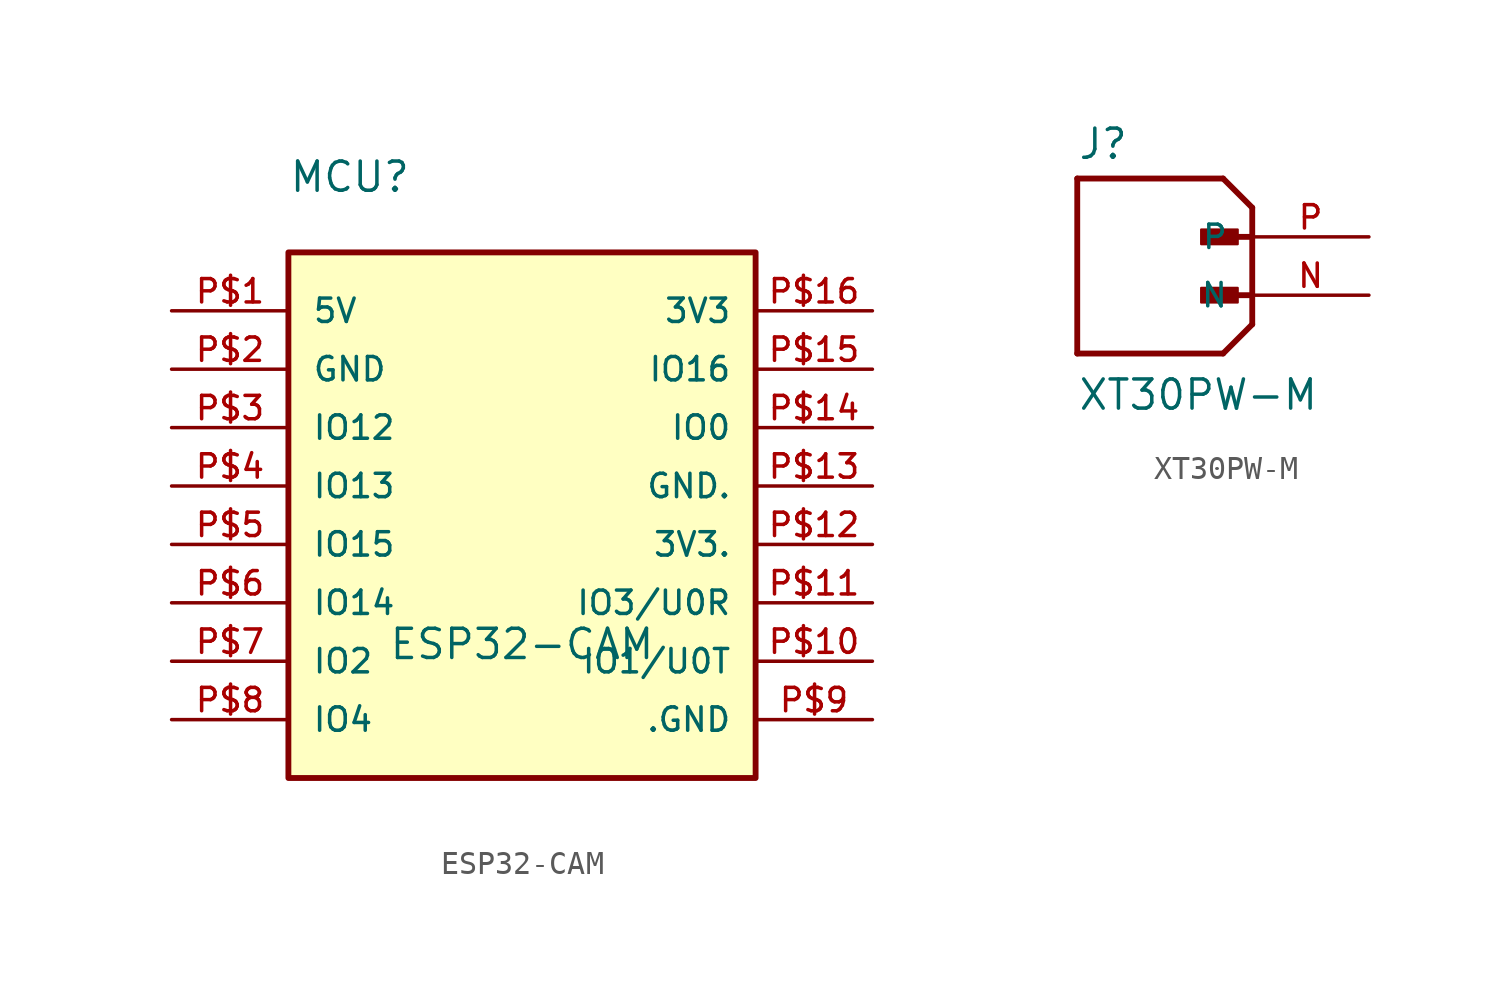
<source format=kicad_sym>
(kicad_symbol_lib
  (version 20241209)
  (generator "kicad_symbol_editor")
  (generator_version "9.0")
  (symbol "ESP32-CAM"
    (pin_names
      (offset 1.016))
    (property "Reference" "MCU"
      (at -10.16 20.32 0)
      (effects (font (size 1.27 1.27)) (justify left bottom)))
    (property "Value" "ESP32-CAM"
      (at 0 0 0)
      (effects (font (size 1.27 1.27)) (justify bottom)))
    (symbol "ESP32-CAM_0_0"
      (rectangle (start -10.16 -5.08) (end 10.16 17.78) (stroke (width 0.254) (type default)) (fill (type background)))
      (pin bidirectional line (at -15.24 15.24 0) (length 5.08) (name "5V" (effects (font (size 1.016 1.016)))) (number "P$1" (effects (font (size 1.016 1.016)))))
      (pin bidirectional line (at -15.24 12.7 0) (length 5.08) (name "GND" (effects (font (size 1.016 1.016)))) (number "P$2" (effects (font (size 1.016 1.016)))))
      (pin bidirectional line (at -15.24 10.16 0) (length 5.08) (name "IO12" (effects (font (size 1.016 1.016)))) (number "P$3" (effects (font (size 1.016 1.016)))))
      (pin bidirectional line (at -15.24 7.62 0) (length 5.08) (name "IO13" (effects (font (size 1.016 1.016)))) (number "P$4" (effects (font (size 1.016 1.016)))))
      (pin bidirectional line (at -15.24 5.08 0) (length 5.08) (name "IO15" (effects (font (size 1.016 1.016)))) (number "P$5" (effects (font (size 1.016 1.016)))))
      (pin bidirectional line (at -15.24 2.54 0) (length 5.08) (name "IO14" (effects (font (size 1.016 1.016)))) (number "P$6" (effects (font (size 1.016 1.016)))))
      (pin bidirectional line (at -15.24 0 0) (length 5.08) (name "IO2" (effects (font (size 1.016 1.016)))) (number "P$7" (effects (font (size 1.016 1.016)))))
      (pin bidirectional line (at -15.24 -2.54 0) (length 5.08) (name "IO4" (effects (font (size 1.016 1.016)))) (number "P$8" (effects (font (size 1.016 1.016)))))
      (pin bidirectional line (at 15.24 15.24 180) (length 5.08) (name "3V3" (effects (font (size 1.016 1.016)))) (number "P$16" (effects (font (size 1.016 1.016)))))
      (pin bidirectional line (at 15.24 12.7 180) (length 5.08) (name "IO16" (effects (font (size 1.016 1.016)))) (number "P$15" (effects (font (size 1.016 1.016)))))
      (pin bidirectional line (at 15.24 10.16 180) (length 5.08) (name "IO0" (effects (font (size 1.016 1.016)))) (number "P$14" (effects (font (size 1.016 1.016)))))
      (pin bidirectional line (at 15.24 7.62 180) (length 5.08) (name "GND." (effects (font (size 1.016 1.016)))) (number "P$13" (effects (font (size 1.016 1.016)))))
      (pin bidirectional line (at 15.24 5.08 180) (length 5.08) (name "3V3." (effects (font (size 1.016 1.016)))) (number "P$12" (effects (font (size 1.016 1.016)))))
      (pin bidirectional line (at 15.24 2.54 180) (length 5.08) (name "IO3/U0R" (effects (font (size 1.016 1.016)))) (number "P$11" (effects (font (size 1.016 1.016)))))
      (pin bidirectional line (at 15.24 0 180) (length 5.08) (name "IO1/U0T" (effects (font (size 1.016 1.016)))) (number "P$10" (effects (font (size 1.016 1.016)))))
      (pin bidirectional line (at 15.24 -2.54 180) (length 5.08) (name ".GND" (effects (font (size 1.016 1.016)))) (number "P$9" (effects (font (size 1.016 1.016)))))))
  (symbol "XT30PW-M"
    (pin_names
      (offset 1.016))
    (property "Reference" "J"
      (at -7.62 3.302 0)
      (effects (font (size 1.27 1.27)) (justify left bottom)))
    (property "Value" "XT30PW-M"
      (at -7.62 -7.62 0)
      (effects (font (size 1.27 1.27)) (justify left bottom)))
    (symbol "XT30PW-M_0_0"
      (polyline (pts (xy -7.62 2.54) (xy -1.27 2.54)) (stroke (width 0.254) (type default)) (fill (type none)))
      (polyline (pts (xy -7.62 -5.08) (xy -7.62 2.54)) (stroke (width 0.254) (type default)) (fill (type none)))
      (rectangle (start -2.223 -0.318) (end -0.635 0.318) (stroke (width 0.1) (type default)) (fill (type outline)))
      (rectangle (start -2.223 -2.857) (end -0.635 -2.223) (stroke (width 0.1) (type default)) (fill (type outline)))
      (polyline (pts (xy -1.27 -5.08) (xy -7.62 -5.08)) (stroke (width 0.254) (type default)) (fill (type none)))
      (polyline (pts (xy 0 1.27) (xy -1.27 2.54)) (stroke (width 0.254) (type default)) (fill (type none)))
      (polyline (pts (xy 0 1.27) (xy 0 0)) (stroke (width 0.254) (type default)) (fill (type none)))
      (polyline (pts (xy 0 0) (xy -1.905 0)) (stroke (width 0.254) (type default)) (fill (type none)))
      (polyline (pts (xy 0 0) (xy 0 -3.81)) (stroke (width 0.254) (type default)) (fill (type none)))
      (polyline (pts (xy 0 -2.54) (xy -1.905 -2.54)) (stroke (width 0.254) (type default)) (fill (type none)))
      (polyline (pts (xy 0 -3.81) (xy -1.27 -5.08)) (stroke (width 0.254) (type default)) (fill (type none)))
      (pin power_in line (at 5.08 0 180) (length 5.08) (name "P" (effects (font (size 1.016 1.016)))) (number "P" (effects (font (size 1.016 1.016)))))
      (pin power_in line (at 5.08 -2.54 180) (length 5.08) (name "N" (effects (font (size 1.016 1.016)))) (number "N" (effects (font (size 1.016 1.016))))))))
</source>
